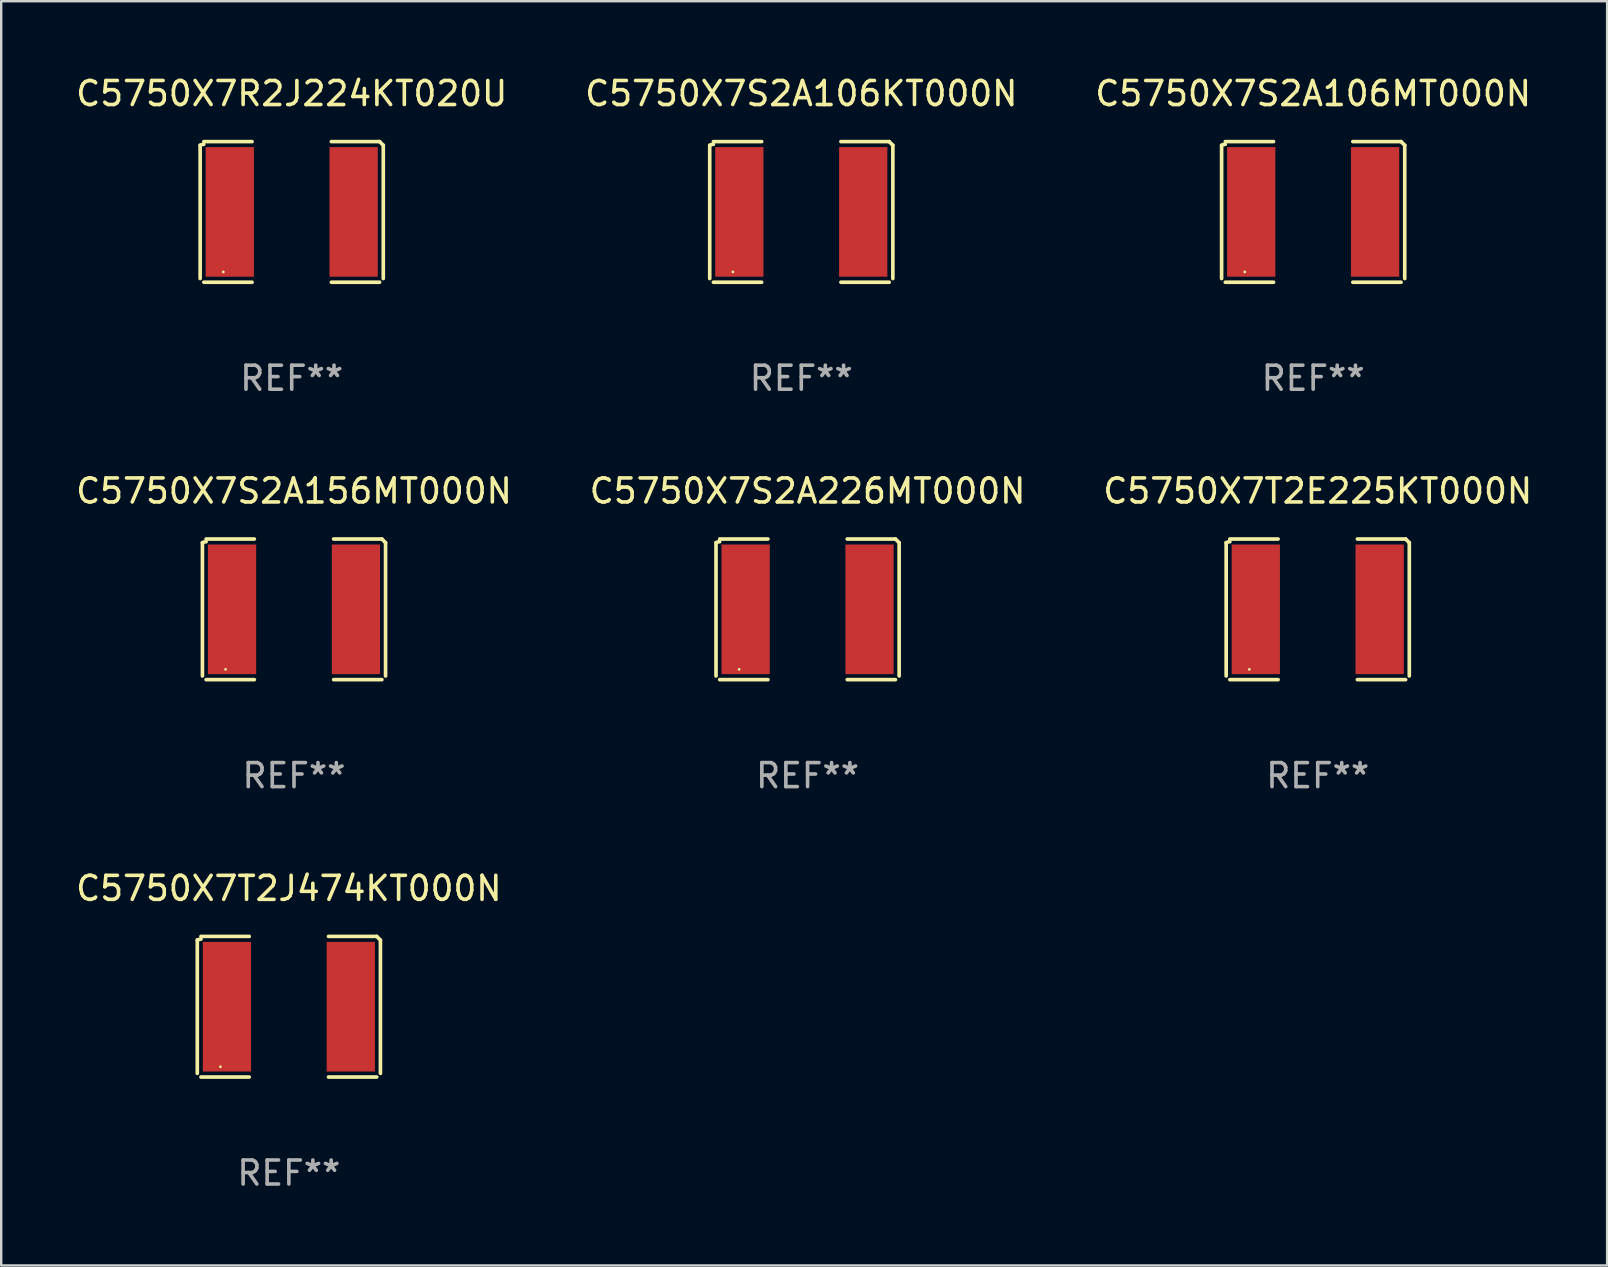
<source format=kicad_pcb>
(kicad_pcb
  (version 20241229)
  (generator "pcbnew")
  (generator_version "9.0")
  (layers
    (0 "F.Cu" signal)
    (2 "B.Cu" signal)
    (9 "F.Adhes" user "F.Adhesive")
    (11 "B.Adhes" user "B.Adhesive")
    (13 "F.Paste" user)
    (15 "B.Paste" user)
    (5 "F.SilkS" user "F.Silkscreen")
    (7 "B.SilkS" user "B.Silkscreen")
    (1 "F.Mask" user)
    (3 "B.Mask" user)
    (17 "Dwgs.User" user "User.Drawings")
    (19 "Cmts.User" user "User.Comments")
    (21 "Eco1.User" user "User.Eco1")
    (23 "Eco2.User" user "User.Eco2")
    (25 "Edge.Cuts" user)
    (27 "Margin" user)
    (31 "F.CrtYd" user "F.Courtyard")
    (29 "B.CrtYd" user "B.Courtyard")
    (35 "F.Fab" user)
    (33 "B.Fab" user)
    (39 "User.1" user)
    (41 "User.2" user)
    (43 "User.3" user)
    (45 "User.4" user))
  (footprint "C5750X7R2J224KT020U"
    (layer "F.Cu")
    (at 9.101 5.777)
    (property "Reference" "C5750X7R2J224KT020U" (at 0 -4.929 0) (layer "F.SilkS") (effects (font (size 1 1) (thickness 0.15))))
    (attr through_hole)
    (fp_line (start -3.814 2.776) (end -3.814 -2.776) (stroke (width 0.152) (type solid)) (layer "F.SilkS"))
    (fp_line (start -3.661 -2.929) (end -1.651 -2.929) (stroke (width 0.152) (type solid)) (layer "F.SilkS"))
    (fp_line (start -1.651 2.929) (end -3.661 2.929) (stroke (width 0.152) (type solid)) (layer "F.SilkS"))
    (fp_line (start 1.651 2.929) (end 3.661 2.929) (stroke (width 0.152) (type solid)) (layer "F.SilkS"))
    (fp_line (start 3.661 -2.929) (end 1.651 -2.929) (stroke (width 0.152) (type solid)) (layer "F.SilkS"))
    (fp_line (start 3.814 2.776) (end 3.814 -2.776) (stroke (width 0.152) (type solid)) (layer "F.SilkS"))
    (fp_arc (start -3.813614 -2.7762) (mid -3.739925 -2.805625) (end -3.661214 -2.815646) (stroke (width 0.1524) (type solid)) (layer "F.SilkS"))
    (fp_arc (start 3.661214 -2.9286) (mid 3.737425 -2.852411) (end 3.813614 -2.7762) (stroke (width 0.1524) (type solid)) (layer "F.SilkS"))
    (fp_circle (center -2.85 2.5) (end -2.82 2.5) (stroke (width 0.06) (type solid)) (fill no) (layer "F.SilkS"))
    (fp_text user "REF**" (at 0 6.929 0) (layer "F.Fab") (effects (font (size 1 1) (thickness 0.15))))
    (pad "1" smd rect (at -2.58 0) (size 2.01 5.4) (layers "F.Cu" "F.Mask" "F.Paste"))
    (pad "2" smd rect (at 2.58 0) (size 2.01 5.4) (layers "F.Cu" "F.Mask" "F.Paste")))
  (footprint "C5750X7T2J474KT000N"
    (layer "F.Cu")
    (at 8.982 38.884)
    (property "Reference" "C5750X7T2J474KT000N" (at 0 -4.929 0) (layer "F.SilkS") (effects (font (size 1 1) (thickness 0.15))))
    (attr through_hole)
    (fp_line (start -3.814 2.776) (end -3.814 -2.776) (stroke (width 0.152) (type solid)) (layer "F.SilkS"))
    (fp_line (start -3.661 -2.929) (end -1.651 -2.929) (stroke (width 0.152) (type solid)) (layer "F.SilkS"))
    (fp_line (start -1.651 2.929) (end -3.661 2.929) (stroke (width 0.152) (type solid)) (layer "F.SilkS"))
    (fp_line (start 1.651 2.929) (end 3.661 2.929) (stroke (width 0.152) (type solid)) (layer "F.SilkS"))
    (fp_line (start 3.661 -2.929) (end 1.651 -2.929) (stroke (width 0.152) (type solid)) (layer "F.SilkS"))
    (fp_line (start 3.814 2.776) (end 3.814 -2.776) (stroke (width 0.152) (type solid)) (layer "F.SilkS"))
    (fp_arc (start -3.813614 -2.7762) (mid -3.739925 -2.805625) (end -3.661214 -2.815646) (stroke (width 0.1524) (type solid)) (layer "F.SilkS"))
    (fp_arc (start 3.661214 -2.9286) (mid 3.737425 -2.852411) (end 3.813614 -2.7762) (stroke (width 0.1524) (type solid)) (layer "F.SilkS"))
    (fp_circle (center -2.85 2.5) (end -2.82 2.5) (stroke (width 0.06) (type solid)) (fill no) (layer "F.SilkS"))
    (fp_text user "REF**" (at 0 6.929 0) (layer "F.Fab") (effects (font (size 1 1) (thickness 0.15))))
    (pad "1" smd rect (at -2.58 0) (size 2.01 5.4) (layers "F.Cu" "F.Mask" "F.Paste"))
    (pad "2" smd rect (at 2.58 0) (size 2.01 5.4) (layers "F.Cu" "F.Mask" "F.Paste")))
  (footprint "C5750X7S2A106MT000N"
    (layer "F.Cu")
    (at 51.649 5.777)
    (property "Reference" "C5750X7S2A106MT000N" (at 0 -4.929 0) (layer "F.SilkS") (effects (font (size 1 1) (thickness 0.15))))
    (attr through_hole)
    (fp_line (start -3.814 2.776) (end -3.814 -2.776) (stroke (width 0.152) (type solid)) (layer "F.SilkS"))
    (fp_line (start -3.661 -2.929) (end -1.651 -2.929) (stroke (width 0.152) (type solid)) (layer "F.SilkS"))
    (fp_line (start -1.651 2.929) (end -3.661 2.929) (stroke (width 0.152) (type solid)) (layer "F.SilkS"))
    (fp_line (start 1.651 2.929) (end 3.661 2.929) (stroke (width 0.152) (type solid)) (layer "F.SilkS"))
    (fp_line (start 3.661 -2.929) (end 1.651 -2.929) (stroke (width 0.152) (type solid)) (layer "F.SilkS"))
    (fp_line (start 3.814 2.776) (end 3.814 -2.776) (stroke (width 0.152) (type solid)) (layer "F.SilkS"))
    (fp_arc (start -3.813614 -2.7762) (mid -3.739925 -2.805625) (end -3.661214 -2.815646) (stroke (width 0.1524) (type solid)) (layer "F.SilkS"))
    (fp_arc (start 3.661214 -2.9286) (mid 3.737425 -2.852411) (end 3.813614 -2.7762) (stroke (width 0.1524) (type solid)) (layer "F.SilkS"))
    (fp_circle (center -2.85 2.5) (end -2.82 2.5) (stroke (width 0.06) (type solid)) (fill no) (layer "F.SilkS"))
    (fp_text user "REF**" (at 0 6.929 0) (layer "F.Fab") (effects (font (size 1 1) (thickness 0.15))))
    (pad "1" smd rect (at -2.58 0) (size 2.01 5.4) (layers "F.Cu" "F.Mask" "F.Paste"))
    (pad "2" smd rect (at 2.58 0) (size 2.01 5.4) (layers "F.Cu" "F.Mask" "F.Paste")))
  (footprint "C5750X7T2E225KT000N"
    (layer "F.Cu")
    (at 51.839 22.331)
    (property "Reference" "C5750X7T2E225KT000N" (at 0 -4.929 0) (layer "F.SilkS") (effects (font (size 1 1) (thickness 0.15))))
    (attr through_hole)
    (fp_line (start -3.814 2.776) (end -3.814 -2.776) (stroke (width 0.152) (type solid)) (layer "F.SilkS"))
    (fp_line (start -3.661 -2.929) (end -1.651 -2.929) (stroke (width 0.152) (type solid)) (layer "F.SilkS"))
    (fp_line (start -1.651 2.929) (end -3.661 2.929) (stroke (width 0.152) (type solid)) (layer "F.SilkS"))
    (fp_line (start 1.651 2.929) (end 3.661 2.929) (stroke (width 0.152) (type solid)) (layer "F.SilkS"))
    (fp_line (start 3.661 -2.929) (end 1.651 -2.929) (stroke (width 0.152) (type solid)) (layer "F.SilkS"))
    (fp_line (start 3.814 2.776) (end 3.814 -2.776) (stroke (width 0.152) (type solid)) (layer "F.SilkS"))
    (fp_arc (start -3.813614 -2.7762) (mid -3.739925 -2.805625) (end -3.661214 -2.815646) (stroke (width 0.1524) (type solid)) (layer "F.SilkS"))
    (fp_arc (start 3.661214 -2.9286) (mid 3.737425 -2.852411) (end 3.813614 -2.7762) (stroke (width 0.1524) (type solid)) (layer "F.SilkS"))
    (fp_circle (center -2.85 2.5) (end -2.82 2.5) (stroke (width 0.06) (type solid)) (fill no) (layer "F.SilkS"))
    (fp_text user "REF**" (at 0 6.929 0) (layer "F.Fab") (effects (font (size 1 1) (thickness 0.15))))
    (pad "1" smd rect (at -2.58 0) (size 2.01 5.4) (layers "F.Cu" "F.Mask" "F.Paste"))
    (pad "2" smd rect (at 2.58 0) (size 2.01 5.4) (layers "F.Cu" "F.Mask" "F.Paste")))
  (footprint "C5750X7S2A106KT000N"
    (layer "F.Cu")
    (at 30.327 5.777)
    (property "Reference" "C5750X7S2A106KT000N" (at 0 -4.929 0) (layer "F.SilkS") (effects (font (size 1 1) (thickness 0.15))))
    (attr through_hole)
    (fp_line (start -3.814 2.776) (end -3.814 -2.776) (stroke (width 0.152) (type solid)) (layer "F.SilkS"))
    (fp_line (start -3.661 -2.929) (end -1.651 -2.929) (stroke (width 0.152) (type solid)) (layer "F.SilkS"))
    (fp_line (start -1.651 2.929) (end -3.661 2.929) (stroke (width 0.152) (type solid)) (layer "F.SilkS"))
    (fp_line (start 1.651 2.929) (end 3.661 2.929) (stroke (width 0.152) (type solid)) (layer "F.SilkS"))
    (fp_line (start 3.661 -2.929) (end 1.651 -2.929) (stroke (width 0.152) (type solid)) (layer "F.SilkS"))
    (fp_line (start 3.814 2.776) (end 3.814 -2.776) (stroke (width 0.152) (type solid)) (layer "F.SilkS"))
    (fp_arc (start -3.813614 -2.7762) (mid -3.739925 -2.805625) (end -3.661214 -2.815646) (stroke (width 0.1524) (type solid)) (layer "F.SilkS"))
    (fp_arc (start 3.661214 -2.9286) (mid 3.737425 -2.852411) (end 3.813614 -2.7762) (stroke (width 0.1524) (type solid)) (layer "F.SilkS"))
    (fp_circle (center -2.85 2.5) (end -2.82 2.5) (stroke (width 0.06) (type solid)) (fill no) (layer "F.SilkS"))
    (fp_text user "REF**" (at 0 6.929 0) (layer "F.Fab") (effects (font (size 1 1) (thickness 0.15))))
    (pad "1" smd rect (at -2.58 0) (size 2.01 5.4) (layers "F.Cu" "F.Mask" "F.Paste"))
    (pad "2" smd rect (at 2.58 0) (size 2.01 5.4) (layers "F.Cu" "F.Mask" "F.Paste")))
  (footprint "C5750X7S2A226MT000N"
    (layer "F.Cu")
    (at 30.589 22.331)
    (property "Reference" "C5750X7S2A226MT000N" (at 0 -4.929 0) (layer "F.SilkS") (effects (font (size 1 1) (thickness 0.15))))
    (attr through_hole)
    (fp_line (start -3.814 2.776) (end -3.814 -2.776) (stroke (width 0.152) (type solid)) (layer "F.SilkS"))
    (fp_line (start -3.661 -2.929) (end -1.651 -2.929) (stroke (width 0.152) (type solid)) (layer "F.SilkS"))
    (fp_line (start -1.651 2.929) (end -3.661 2.929) (stroke (width 0.152) (type solid)) (layer "F.SilkS"))
    (fp_line (start 1.651 2.929) (end 3.661 2.929) (stroke (width 0.152) (type solid)) (layer "F.SilkS"))
    (fp_line (start 3.661 -2.929) (end 1.651 -2.929) (stroke (width 0.152) (type solid)) (layer "F.SilkS"))
    (fp_line (start 3.814 2.776) (end 3.814 -2.776) (stroke (width 0.152) (type solid)) (layer "F.SilkS"))
    (fp_arc (start -3.813614 -2.7762) (mid -3.739925 -2.805625) (end -3.661214 -2.815646) (stroke (width 0.1524) (type solid)) (layer "F.SilkS"))
    (fp_arc (start 3.661214 -2.9286) (mid 3.737425 -2.852411) (end 3.813614 -2.7762) (stroke (width 0.1524) (type solid)) (layer "F.SilkS"))
    (fp_circle (center -2.85 2.5) (end -2.82 2.5) (stroke (width 0.06) (type solid)) (fill no) (layer "F.SilkS"))
    (fp_text user "REF**" (at 0 6.929 0) (layer "F.Fab") (effects (font (size 1 1) (thickness 0.15))))
    (pad "1" smd rect (at -2.58 0) (size 2.01 5.4) (layers "F.Cu" "F.Mask" "F.Paste"))
    (pad "2" smd rect (at 2.58 0) (size 2.01 5.4) (layers "F.Cu" "F.Mask" "F.Paste")))
  (footprint "C5750X7S2A156MT000N"
    (layer "F.Cu")
    (at 9.196 22.331)
    (property "Reference" "C5750X7S2A156MT000N" (at 0 -4.929 0) (layer "F.SilkS") (effects (font (size 1 1) (thickness 0.15))))
    (attr through_hole)
    (fp_line (start -3.814 2.776) (end -3.814 -2.776) (stroke (width 0.152) (type solid)) (layer "F.SilkS"))
    (fp_line (start -3.661 -2.929) (end -1.651 -2.929) (stroke (width 0.152) (type solid)) (layer "F.SilkS"))
    (fp_line (start -1.651 2.929) (end -3.661 2.929) (stroke (width 0.152) (type solid)) (layer "F.SilkS"))
    (fp_line (start 1.651 2.929) (end 3.661 2.929) (stroke (width 0.152) (type solid)) (layer "F.SilkS"))
    (fp_line (start 3.661 -2.929) (end 1.651 -2.929) (stroke (width 0.152) (type solid)) (layer "F.SilkS"))
    (fp_line (start 3.814 2.776) (end 3.814 -2.776) (stroke (width 0.152) (type solid)) (layer "F.SilkS"))
    (fp_arc (start -3.813614 -2.7762) (mid -3.739925 -2.805625) (end -3.661214 -2.815646) (stroke (width 0.1524) (type solid)) (layer "F.SilkS"))
    (fp_arc (start 3.661214 -2.9286) (mid 3.737425 -2.852411) (end 3.813614 -2.7762) (stroke (width 0.1524) (type solid)) (layer "F.SilkS"))
    (fp_circle (center -2.85 2.5) (end -2.82 2.5) (stroke (width 0.06) (type solid)) (fill no) (layer "F.SilkS"))
    (fp_text user "REF**" (at 0 6.929 0) (layer "F.Fab") (effects (font (size 1 1) (thickness 0.15))))
    (pad "1" smd rect (at -2.58 0) (size 2.01 5.4) (layers "F.Cu" "F.Mask" "F.Paste"))
    (pad "2" smd rect (at 2.58 0) (size 2.01 5.4) (layers "F.Cu" "F.Mask" "F.Paste")))
  (gr_rect
    (start -3 -3)
    (end 63.893 49.661)
    (stroke (width 0.1) (type default))
    (fill no)
    (layer "Edge.Cuts")))
</source>
